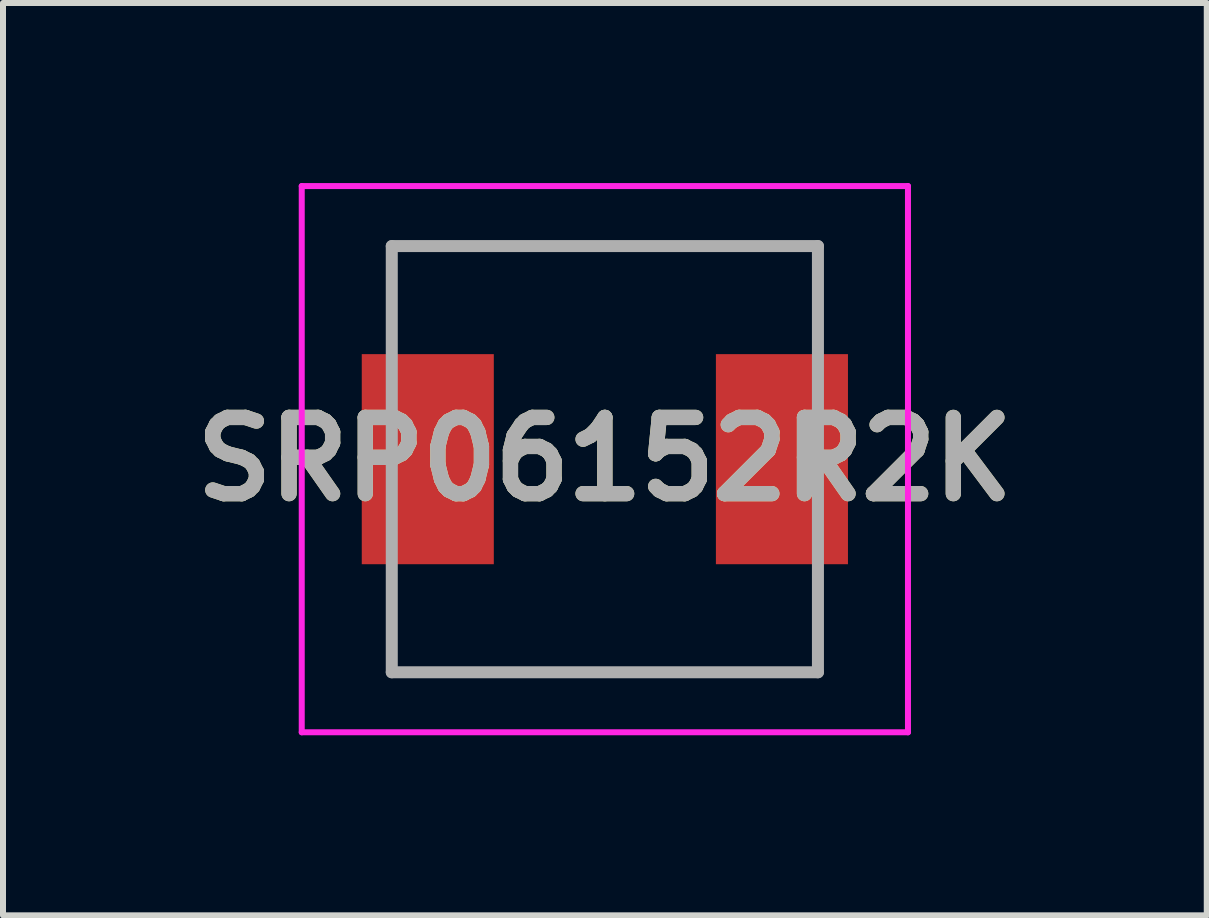
<source format=kicad_pcb>
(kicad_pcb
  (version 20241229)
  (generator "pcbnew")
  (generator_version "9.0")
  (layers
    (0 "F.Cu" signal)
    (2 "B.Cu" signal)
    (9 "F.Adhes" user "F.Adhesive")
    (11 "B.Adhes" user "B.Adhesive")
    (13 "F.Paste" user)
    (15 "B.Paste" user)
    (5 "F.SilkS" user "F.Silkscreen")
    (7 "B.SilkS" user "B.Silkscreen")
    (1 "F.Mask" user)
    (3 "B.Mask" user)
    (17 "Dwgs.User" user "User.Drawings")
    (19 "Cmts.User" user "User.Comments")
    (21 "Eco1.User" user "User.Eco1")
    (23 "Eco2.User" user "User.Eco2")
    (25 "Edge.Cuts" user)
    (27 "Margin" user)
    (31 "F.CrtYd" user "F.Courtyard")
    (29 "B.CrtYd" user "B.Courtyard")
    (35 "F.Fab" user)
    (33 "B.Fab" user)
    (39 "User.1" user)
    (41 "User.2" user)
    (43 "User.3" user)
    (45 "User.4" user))
  (footprint "SRP06152R2K"
    (layer "F.Cu")
    (at 7.027 4.6)
    (property "Reference" "SRP06152R2K" (at 0 0 0) (layer "F.SilkS") (effects (font (size 1.27 1.27) (thickness 0.254))))
    (attr smd)
    (fp_line (start -3.55 -3.55) (end 3.55 -3.55) (stroke (width 0.1) (type solid)) (layer "F.SilkS"))
    (fp_line (start -3.55 -2) (end -3.55 -3.55) (stroke (width 0.1) (type solid)) (layer "F.SilkS"))
    (fp_line (start -3.55 2) (end -3.55 3.55) (stroke (width 0.1) (type solid)) (layer "F.SilkS"))
    (fp_line (start -3.55 3.55) (end 3.55 3.55) (stroke (width 0.1) (type solid)) (layer "F.SilkS"))
    (fp_line (start 3.55 -3.55) (end 3.55 -2) (stroke (width 0.1) (type solid)) (layer "F.SilkS"))
    (fp_line (start 3.55 3.55) (end 3.55 2) (stroke (width 0.1) (type solid)) (layer "F.SilkS"))
    (fp_line (start -5.05 -4.55) (end 5.05 -4.55) (stroke (width 0.1) (type solid)) (layer "F.CrtYd"))
    (fp_line (start -5.05 4.55) (end -5.05 -4.55) (stroke (width 0.1) (type solid)) (layer "F.CrtYd"))
    (fp_line (start 5.05 -4.55) (end 5.05 4.55) (stroke (width 0.1) (type solid)) (layer "F.CrtYd"))
    (fp_line (start 5.05 4.55) (end -5.05 4.55) (stroke (width 0.1) (type solid)) (layer "F.CrtYd"))
    (fp_line (start -3.55 -3.55) (end 3.55 -3.55) (stroke (width 0.2) (type solid)) (layer "F.Fab"))
    (fp_line (start -3.55 3.55) (end -3.55 -3.55) (stroke (width 0.2) (type solid)) (layer "F.Fab"))
    (fp_line (start 3.55 -3.55) (end 3.55 3.55) (stroke (width 0.2) (type solid)) (layer "F.Fab"))
    (fp_line (start 3.55 3.55) (end -3.55 3.55) (stroke (width 0.2) (type solid)) (layer "F.Fab"))
    (fp_text user "${REFERENCE}" (at 0 0 0) (layer "F.Fab") (effects (font (size 1.27 1.27) (thickness 0.254))))
    (pad "1" smd rect (at -2.95 0) (size 2.2 3.5) (layers "F.Cu" "F.Mask" "F.Paste"))
    (pad "2" smd rect (at 2.95 0) (size 2.2 3.5) (layers "F.Cu" "F.Mask" "F.Paste")))
  (gr_rect
    (start -3 -3)
    (end 17.055 12.2)
    (stroke (width 0.1) (type default))
    (fill no)
    (layer "Edge.Cuts")))
</source>
